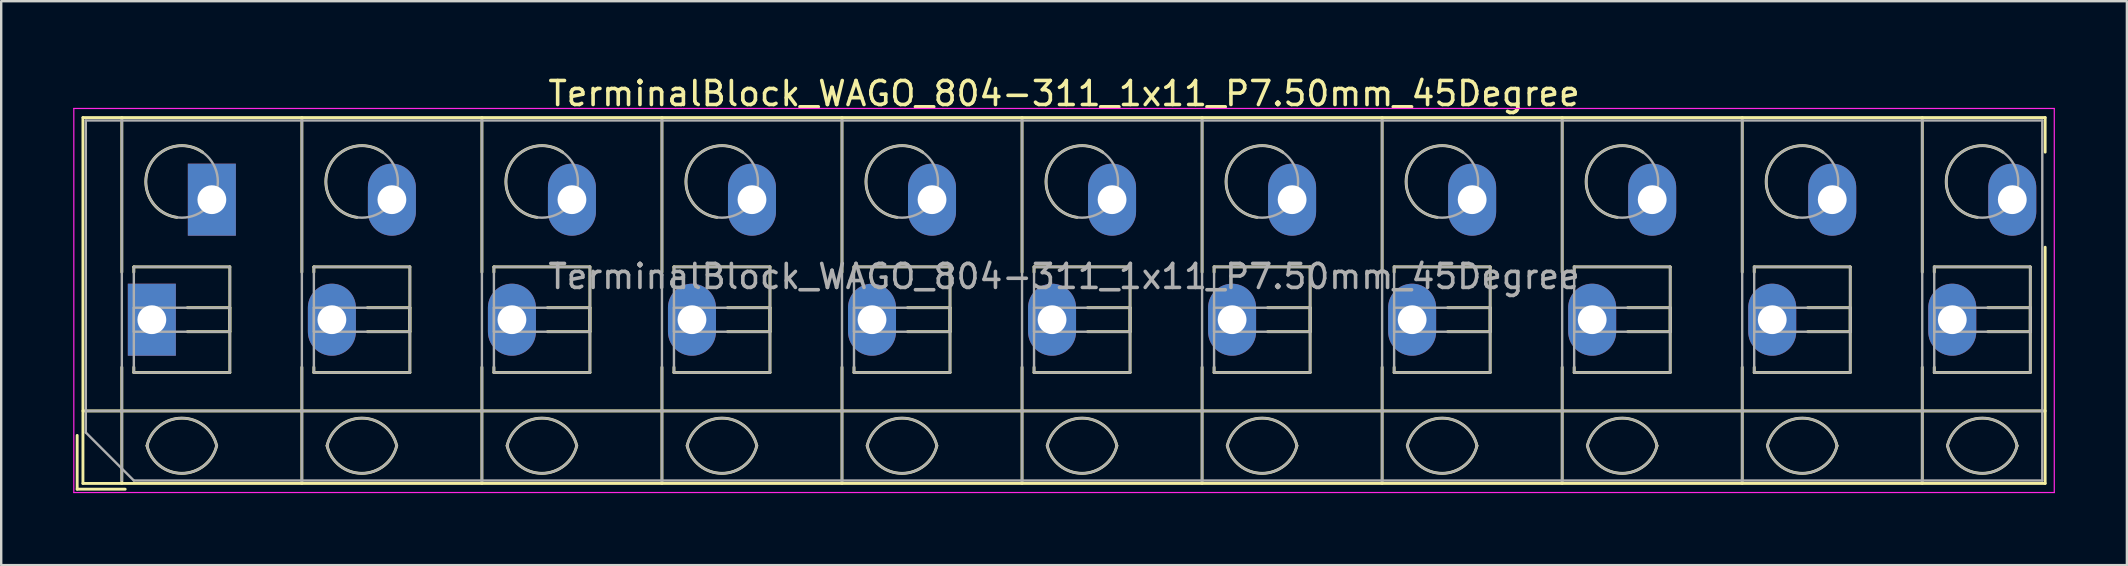
<source format=kicad_pcb>
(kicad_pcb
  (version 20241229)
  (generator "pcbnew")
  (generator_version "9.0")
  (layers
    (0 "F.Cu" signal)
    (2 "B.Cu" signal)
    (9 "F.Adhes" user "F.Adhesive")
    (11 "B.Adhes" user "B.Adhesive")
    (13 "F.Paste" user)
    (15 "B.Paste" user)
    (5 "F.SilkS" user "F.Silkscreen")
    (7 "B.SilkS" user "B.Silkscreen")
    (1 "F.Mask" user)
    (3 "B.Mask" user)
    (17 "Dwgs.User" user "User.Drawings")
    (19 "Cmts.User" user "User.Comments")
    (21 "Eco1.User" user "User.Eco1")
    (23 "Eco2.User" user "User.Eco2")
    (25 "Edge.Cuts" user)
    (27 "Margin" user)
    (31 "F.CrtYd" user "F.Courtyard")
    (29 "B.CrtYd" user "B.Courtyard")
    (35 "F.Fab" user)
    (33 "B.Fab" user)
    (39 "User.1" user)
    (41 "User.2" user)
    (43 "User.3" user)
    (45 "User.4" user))
  (footprint "TerminalBlock_WAGO_804-311_1x11_P7.50mm_45Degree"
    (layer "F.Cu")
    (at 3.275 10.268)
    (property "Reference" "TerminalBlock_WAGO_804-311_1x11_P7.50mm_45Degree" (at 38 -9.42 0) (layer "F.SilkS") (effects (font (size 1 1) (thickness 0.15))))
    (attr through_hole)
    (fp_line (start -3.11 4.82) (end -3.11 7.06) (stroke (width 0.12) (type solid)) (layer "F.SilkS"))
    (fp_line (start -3.11 7.06) (end -1.11 7.06) (stroke (width 0.12) (type solid)) (layer "F.SilkS"))
    (fp_line (start -2.87 -8.42) (end -2.87 6.82) (stroke (width 0.12) (type solid)) (layer "F.SilkS"))
    (fp_line (start -2.87 -8.42) (end 78.87 -8.42) (stroke (width 0.12) (type solid)) (layer "F.SilkS"))
    (fp_line (start -2.87 3.8) (end 78.87 3.8) (stroke (width 0.12) (type solid)) (layer "F.SilkS"))
    (fp_line (start -2.87 6.82) (end 78.87 6.82) (stroke (width 0.12) (type solid)) (layer "F.SilkS"))
    (fp_line (start -1.25 -8.42) (end -1.25 -1.98) (stroke (width 0.12) (type solid)) (layer "F.SilkS"))
    (fp_line (start -1.25 1.98) (end -1.25 6.82) (stroke (width 0.12) (type solid)) (layer "F.SilkS"))
    (fp_line (start -0.75 -2.2) (end -0.75 -1.98) (stroke (width 0.12) (type solid)) (layer "F.SilkS"))
    (fp_line (start -0.75 -2.2) (end 3.25 -2.2) (stroke (width 0.12) (type solid)) (layer "F.SilkS"))
    (fp_line (start -0.75 1.98) (end -0.75 2.2) (stroke (width 0.12) (type solid)) (layer "F.SilkS"))
    (fp_line (start -0.75 2.2) (end 3.25 2.2) (stroke (width 0.12) (type solid)) (layer "F.SilkS"))
    (fp_line (start 1.48 -0.5) (end 3.25 -0.5) (stroke (width 0.12) (type solid)) (layer "F.SilkS"))
    (fp_line (start 1.48 0.5) (end 3.25 0.5) (stroke (width 0.12) (type solid)) (layer "F.SilkS"))
    (fp_line (start 3.25 -2.2) (end 3.25 2.2) (stroke (width 0.12) (type solid)) (layer "F.SilkS"))
    (fp_line (start 3.25 -0.5) (end 3.25 0.5) (stroke (width 0.12) (type solid)) (layer "F.SilkS"))
    (fp_line (start 6.25 -8.42) (end 6.25 -1.98) (stroke (width 0.12) (type solid)) (layer "F.SilkS"))
    (fp_line (start 6.25 1.98) (end 6.25 6.82) (stroke (width 0.12) (type solid)) (layer "F.SilkS"))
    (fp_line (start 6.75 -2.2) (end 6.75 -1.98) (stroke (width 0.12) (type solid)) (layer "F.SilkS"))
    (fp_line (start 6.75 -2.2) (end 10.75 -2.2) (stroke (width 0.12) (type solid)) (layer "F.SilkS"))
    (fp_line (start 6.75 1.98) (end 6.75 2.2) (stroke (width 0.12) (type solid)) (layer "F.SilkS"))
    (fp_line (start 6.75 2.2) (end 10.75 2.2) (stroke (width 0.12) (type solid)) (layer "F.SilkS"))
    (fp_line (start 8.98 -0.5) (end 10.75 -0.5) (stroke (width 0.12) (type solid)) (layer "F.SilkS"))
    (fp_line (start 8.98 0.5) (end 10.75 0.5) (stroke (width 0.12) (type solid)) (layer "F.SilkS"))
    (fp_line (start 10.75 -2.2) (end 10.75 2.2) (stroke (width 0.12) (type solid)) (layer "F.SilkS"))
    (fp_line (start 10.75 -0.5) (end 10.75 0.5) (stroke (width 0.12) (type solid)) (layer "F.SilkS"))
    (fp_line (start 13.75 -8.42) (end 13.75 -1.98) (stroke (width 0.12) (type solid)) (layer "F.SilkS"))
    (fp_line (start 13.75 1.98) (end 13.75 6.82) (stroke (width 0.12) (type solid)) (layer "F.SilkS"))
    (fp_line (start 14.25 -2.2) (end 14.25 -1.98) (stroke (width 0.12) (type solid)) (layer "F.SilkS"))
    (fp_line (start 14.25 -2.2) (end 18.25 -2.2) (stroke (width 0.12) (type solid)) (layer "F.SilkS"))
    (fp_line (start 14.25 1.98) (end 14.25 2.2) (stroke (width 0.12) (type solid)) (layer "F.SilkS"))
    (fp_line (start 14.25 2.2) (end 18.25 2.2) (stroke (width 0.12) (type solid)) (layer "F.SilkS"))
    (fp_line (start 16.48 -0.5) (end 18.25 -0.5) (stroke (width 0.12) (type solid)) (layer "F.SilkS"))
    (fp_line (start 16.48 0.5) (end 18.25 0.5) (stroke (width 0.12) (type solid)) (layer "F.SilkS"))
    (fp_line (start 18.25 -2.2) (end 18.25 2.2) (stroke (width 0.12) (type solid)) (layer "F.SilkS"))
    (fp_line (start 18.25 -0.5) (end 18.25 0.5) (stroke (width 0.12) (type solid)) (layer "F.SilkS"))
    (fp_line (start 21.25 -8.42) (end 21.25 -1.98) (stroke (width 0.12) (type solid)) (layer "F.SilkS"))
    (fp_line (start 21.25 1.98) (end 21.25 6.82) (stroke (width 0.12) (type solid)) (layer "F.SilkS"))
    (fp_line (start 21.75 -2.2) (end 21.75 -1.98) (stroke (width 0.12) (type solid)) (layer "F.SilkS"))
    (fp_line (start 21.75 -2.2) (end 25.75 -2.2) (stroke (width 0.12) (type solid)) (layer "F.SilkS"))
    (fp_line (start 21.75 1.98) (end 21.75 2.2) (stroke (width 0.12) (type solid)) (layer "F.SilkS"))
    (fp_line (start 21.75 2.2) (end 25.75 2.2) (stroke (width 0.12) (type solid)) (layer "F.SilkS"))
    (fp_line (start 23.98 -0.5) (end 25.75 -0.5) (stroke (width 0.12) (type solid)) (layer "F.SilkS"))
    (fp_line (start 23.98 0.5) (end 25.75 0.5) (stroke (width 0.12) (type solid)) (layer "F.SilkS"))
    (fp_line (start 25.75 -2.2) (end 25.75 2.2) (stroke (width 0.12) (type solid)) (layer "F.SilkS"))
    (fp_line (start 25.75 -0.5) (end 25.75 0.5) (stroke (width 0.12) (type solid)) (layer "F.SilkS"))
    (fp_line (start 28.75 -8.42) (end 28.75 -1.98) (stroke (width 0.12) (type solid)) (layer "F.SilkS"))
    (fp_line (start 28.75 1.98) (end 28.75 6.82) (stroke (width 0.12) (type solid)) (layer "F.SilkS"))
    (fp_line (start 29.25 -2.2) (end 29.25 -1.98) (stroke (width 0.12) (type solid)) (layer "F.SilkS"))
    (fp_line (start 29.25 -2.2) (end 33.25 -2.2) (stroke (width 0.12) (type solid)) (layer "F.SilkS"))
    (fp_line (start 29.25 1.98) (end 29.25 2.2) (stroke (width 0.12) (type solid)) (layer "F.SilkS"))
    (fp_line (start 29.25 2.2) (end 33.25 2.2) (stroke (width 0.12) (type solid)) (layer "F.SilkS"))
    (fp_line (start 31.48 -0.5) (end 33.25 -0.5) (stroke (width 0.12) (type solid)) (layer "F.SilkS"))
    (fp_line (start 31.48 0.5) (end 33.25 0.5) (stroke (width 0.12) (type solid)) (layer "F.SilkS"))
    (fp_line (start 33.25 -2.2) (end 33.25 2.2) (stroke (width 0.12) (type solid)) (layer "F.SilkS"))
    (fp_line (start 33.25 -0.5) (end 33.25 0.5) (stroke (width 0.12) (type solid)) (layer "F.SilkS"))
    (fp_line (start 36.25 -8.42) (end 36.25 -1.98) (stroke (width 0.12) (type solid)) (layer "F.SilkS"))
    (fp_line (start 36.25 1.98) (end 36.25 6.82) (stroke (width 0.12) (type solid)) (layer "F.SilkS"))
    (fp_line (start 36.75 -2.2) (end 36.75 -1.98) (stroke (width 0.12) (type solid)) (layer "F.SilkS"))
    (fp_line (start 36.75 -2.2) (end 40.75 -2.2) (stroke (width 0.12) (type solid)) (layer "F.SilkS"))
    (fp_line (start 36.75 1.98) (end 36.75 2.2) (stroke (width 0.12) (type solid)) (layer "F.SilkS"))
    (fp_line (start 36.75 2.2) (end 40.75 2.2) (stroke (width 0.12) (type solid)) (layer "F.SilkS"))
    (fp_line (start 38.98 -0.5) (end 40.75 -0.5) (stroke (width 0.12) (type solid)) (layer "F.SilkS"))
    (fp_line (start 38.98 0.5) (end 40.75 0.5) (stroke (width 0.12) (type solid)) (layer "F.SilkS"))
    (fp_line (start 40.75 -2.2) (end 40.75 2.2) (stroke (width 0.12) (type solid)) (layer "F.SilkS"))
    (fp_line (start 40.75 -0.5) (end 40.75 0.5) (stroke (width 0.12) (type solid)) (layer "F.SilkS"))
    (fp_line (start 43.75 -8.42) (end 43.75 -1.98) (stroke (width 0.12) (type solid)) (layer "F.SilkS"))
    (fp_line (start 43.75 1.98) (end 43.75 6.82) (stroke (width 0.12) (type solid)) (layer "F.SilkS"))
    (fp_line (start 44.25 -2.2) (end 44.25 -1.98) (stroke (width 0.12) (type solid)) (layer "F.SilkS"))
    (fp_line (start 44.25 -2.2) (end 48.25 -2.2) (stroke (width 0.12) (type solid)) (layer "F.SilkS"))
    (fp_line (start 44.25 1.98) (end 44.25 2.2) (stroke (width 0.12) (type solid)) (layer "F.SilkS"))
    (fp_line (start 44.25 2.2) (end 48.25 2.2) (stroke (width 0.12) (type solid)) (layer "F.SilkS"))
    (fp_line (start 46.48 -0.5) (end 48.25 -0.5) (stroke (width 0.12) (type solid)) (layer "F.SilkS"))
    (fp_line (start 46.48 0.5) (end 48.25 0.5) (stroke (width 0.12) (type solid)) (layer "F.SilkS"))
    (fp_line (start 48.25 -2.2) (end 48.25 2.2) (stroke (width 0.12) (type solid)) (layer "F.SilkS"))
    (fp_line (start 48.25 -0.5) (end 48.25 0.5) (stroke (width 0.12) (type solid)) (layer "F.SilkS"))
    (fp_line (start 51.25 -8.42) (end 51.25 -1.98) (stroke (width 0.12) (type solid)) (layer "F.SilkS"))
    (fp_line (start 51.25 1.98) (end 51.25 6.82) (stroke (width 0.12) (type solid)) (layer "F.SilkS"))
    (fp_line (start 51.75 -2.2) (end 51.75 -1.98) (stroke (width 0.12) (type solid)) (layer "F.SilkS"))
    (fp_line (start 51.75 -2.2) (end 55.75 -2.2) (stroke (width 0.12) (type solid)) (layer "F.SilkS"))
    (fp_line (start 51.75 1.98) (end 51.75 2.2) (stroke (width 0.12) (type solid)) (layer "F.SilkS"))
    (fp_line (start 51.75 2.2) (end 55.75 2.2) (stroke (width 0.12) (type solid)) (layer "F.SilkS"))
    (fp_line (start 53.98 -0.5) (end 55.75 -0.5) (stroke (width 0.12) (type solid)) (layer "F.SilkS"))
    (fp_line (start 53.98 0.5) (end 55.75 0.5) (stroke (width 0.12) (type solid)) (layer "F.SilkS"))
    (fp_line (start 55.75 -2.2) (end 55.75 2.2) (stroke (width 0.12) (type solid)) (layer "F.SilkS"))
    (fp_line (start 55.75 -0.5) (end 55.75 0.5) (stroke (width 0.12) (type solid)) (layer "F.SilkS"))
    (fp_line (start 58.75 -8.42) (end 58.75 -1.98) (stroke (width 0.12) (type solid)) (layer "F.SilkS"))
    (fp_line (start 58.75 1.98) (end 58.75 6.82) (stroke (width 0.12) (type solid)) (layer "F.SilkS"))
    (fp_line (start 59.25 -2.2) (end 59.25 -1.98) (stroke (width 0.12) (type solid)) (layer "F.SilkS"))
    (fp_line (start 59.25 -2.2) (end 63.25 -2.2) (stroke (width 0.12) (type solid)) (layer "F.SilkS"))
    (fp_line (start 59.25 1.98) (end 59.25 2.2) (stroke (width 0.12) (type solid)) (layer "F.SilkS"))
    (fp_line (start 59.25 2.2) (end 63.25 2.2) (stroke (width 0.12) (type solid)) (layer "F.SilkS"))
    (fp_line (start 61.48 -0.5) (end 63.25 -0.5) (stroke (width 0.12) (type solid)) (layer "F.SilkS"))
    (fp_line (start 61.48 0.5) (end 63.25 0.5) (stroke (width 0.12) (type solid)) (layer "F.SilkS"))
    (fp_line (start 63.25 -2.2) (end 63.25 2.2) (stroke (width 0.12) (type solid)) (layer "F.SilkS"))
    (fp_line (start 63.25 -0.5) (end 63.25 0.5) (stroke (width 0.12) (type solid)) (layer "F.SilkS"))
    (fp_line (start 66.25 -8.42) (end 66.25 -1.98) (stroke (width 0.12) (type solid)) (layer "F.SilkS"))
    (fp_line (start 66.25 1.98) (end 66.25 6.82) (stroke (width 0.12) (type solid)) (layer "F.SilkS"))
    (fp_line (start 66.75 -2.2) (end 66.75 -1.98) (stroke (width 0.12) (type solid)) (layer "F.SilkS"))
    (fp_line (start 66.75 -2.2) (end 70.75 -2.2) (stroke (width 0.12) (type solid)) (layer "F.SilkS"))
    (fp_line (start 66.75 1.98) (end 66.75 2.2) (stroke (width 0.12) (type solid)) (layer "F.SilkS"))
    (fp_line (start 66.75 2.2) (end 70.75 2.2) (stroke (width 0.12) (type solid)) (layer "F.SilkS"))
    (fp_line (start 68.98 -0.5) (end 70.75 -0.5) (stroke (width 0.12) (type solid)) (layer "F.SilkS"))
    (fp_line (start 68.98 0.5) (end 70.75 0.5) (stroke (width 0.12) (type solid)) (layer "F.SilkS"))
    (fp_line (start 70.75 -2.2) (end 70.75 2.2) (stroke (width 0.12) (type solid)) (layer "F.SilkS"))
    (fp_line (start 70.75 -0.5) (end 70.75 0.5) (stroke (width 0.12) (type solid)) (layer "F.SilkS"))
    (fp_line (start 73.75 -8.42) (end 73.75 -1.98) (stroke (width 0.12) (type solid)) (layer "F.SilkS"))
    (fp_line (start 73.75 1.98) (end 73.75 6.82) (stroke (width 0.12) (type solid)) (layer "F.SilkS"))
    (fp_line (start 74.25 -2.2) (end 74.25 -1.98) (stroke (width 0.12) (type solid)) (layer "F.SilkS"))
    (fp_line (start 74.25 -2.2) (end 78.25 -2.2) (stroke (width 0.12) (type solid)) (layer "F.SilkS"))
    (fp_line (start 74.25 1.98) (end 74.25 2.2) (stroke (width 0.12) (type solid)) (layer "F.SilkS"))
    (fp_line (start 74.25 2.2) (end 78.25 2.2) (stroke (width 0.12) (type solid)) (layer "F.SilkS"))
    (fp_line (start 76.48 -0.5) (end 78.25 -0.5) (stroke (width 0.12) (type solid)) (layer "F.SilkS"))
    (fp_line (start 76.48 0.5) (end 78.25 0.5) (stroke (width 0.12) (type solid)) (layer "F.SilkS"))
    (fp_line (start 78.25 -2.2) (end 78.25 2.2) (stroke (width 0.12) (type solid)) (layer "F.SilkS"))
    (fp_line (start 78.25 -0.5) (end 78.25 0.5) (stroke (width 0.12) (type solid)) (layer "F.SilkS"))
    (fp_line (start 78.87 -8.42) (end 78.87 -6.98) (stroke (width 0.12) (type solid)) (layer "F.SilkS"))
    (fp_line (start 78.87 -3.02) (end 78.87 6.82) (stroke (width 0.12) (type solid)) (layer "F.SilkS"))
    (fp_arc (start -0.200865 5.250424) (mid 1.250296 4.099926) (end 2.701 5.251) (stroke (width 0.12) (type solid)) (layer "F.SilkS"))
    (fp_arc (start 1.040798 -4.264067) (mid -0.146039 -6.300306) (end 2.111 -6.979) (stroke (width 0.12) (type solid)) (layer "F.SilkS"))
    (fp_arc (start 2.7 5.25) (mid 1.250068 6.400101) (end -0.199969 5.250133) (stroke (width 0.12) (type solid)) (layer "F.SilkS"))
    (fp_arc (start 7.299135 5.250424) (mid 8.750296 4.099926) (end 10.201 5.251) (stroke (width 0.12) (type solid)) (layer "F.SilkS"))
    (fp_arc (start 8.540798 -4.264067) (mid 7.353961 -6.300306) (end 9.611 -6.979) (stroke (width 0.12) (type solid)) (layer "F.SilkS"))
    (fp_arc (start 10.2 5.25) (mid 8.750068 6.400101) (end 7.300031 5.250133) (stroke (width 0.12) (type solid)) (layer "F.SilkS"))
    (fp_arc (start 14.799135 5.250424) (mid 16.250296 4.099926) (end 17.701 5.251) (stroke (width 0.12) (type solid)) (layer "F.SilkS"))
    (fp_arc (start 16.040798 -4.264067) (mid 14.853961 -6.300306) (end 17.111 -6.979) (stroke (width 0.12) (type solid)) (layer "F.SilkS"))
    (fp_arc (start 17.7 5.25) (mid 16.250068 6.400101) (end 14.800031 5.250133) (stroke (width 0.12) (type solid)) (layer "F.SilkS"))
    (fp_arc (start 22.299135 5.250424) (mid 23.750296 4.099926) (end 25.201 5.251) (stroke (width 0.12) (type solid)) (layer "F.SilkS"))
    (fp_arc (start 23.540798 -4.264067) (mid 22.353961 -6.300306) (end 24.611 -6.979) (stroke (width 0.12) (type solid)) (layer "F.SilkS"))
    (fp_arc (start 25.2 5.25) (mid 23.750068 6.400101) (end 22.300031 5.250133) (stroke (width 0.12) (type solid)) (layer "F.SilkS"))
    (fp_arc (start 29.799135 5.250424) (mid 31.250296 4.099926) (end 32.701 5.251) (stroke (width 0.12) (type solid)) (layer "F.SilkS"))
    (fp_arc (start 31.040798 -4.264067) (mid 29.853961 -6.300306) (end 32.111 -6.979) (stroke (width 0.12) (type solid)) (layer "F.SilkS"))
    (fp_arc (start 32.701 5.25) (mid 31.250296 6.401074) (end 29.799135 5.250576) (stroke (width 0.12) (type solid)) (layer "F.SilkS"))
    (fp_arc (start 37.299135 5.250424) (mid 38.750296 4.099926) (end 40.201 5.251) (stroke (width 0.12) (type solid)) (layer "F.SilkS"))
    (fp_arc (start 38.540798 -4.264067) (mid 37.353961 -6.300306) (end 39.611 -6.979) (stroke (width 0.12) (type solid)) (layer "F.SilkS"))
    (fp_arc (start 40.2 5.25) (mid 38.750068 6.400101) (end 37.300031 5.250133) (stroke (width 0.12) (type solid)) (layer "F.SilkS"))
    (fp_arc (start 44.799135 5.250424) (mid 46.250296 4.099926) (end 47.701 5.251) (stroke (width 0.12) (type solid)) (layer "F.SilkS"))
    (fp_arc (start 46.040798 -4.264067) (mid 44.853961 -6.300306) (end 47.111 -6.979) (stroke (width 0.12) (type solid)) (layer "F.SilkS"))
    (fp_arc (start 47.7 5.25) (mid 46.250068 6.400101) (end 44.800031 5.250133) (stroke (width 0.12) (type solid)) (layer "F.SilkS"))
    (fp_arc (start 52.299135 5.250424) (mid 53.750296 4.099926) (end 55.201 5.251) (stroke (width 0.12) (type solid)) (layer "F.SilkS"))
    (fp_arc (start 53.540798 -4.264067) (mid 52.353961 -6.300306) (end 54.611 -6.979) (stroke (width 0.12) (type solid)) (layer "F.SilkS"))
    (fp_arc (start 55.2 5.25) (mid 53.750068 6.400101) (end 52.300031 5.250133) (stroke (width 0.12) (type solid)) (layer "F.SilkS"))
    (fp_arc (start 59.799135 5.250424) (mid 61.250296 4.099926) (end 62.701 5.251) (stroke (width 0.12) (type solid)) (layer "F.SilkS"))
    (fp_arc (start 61.040798 -4.264067) (mid 59.853961 -6.300306) (end 62.111 -6.979) (stroke (width 0.12) (type solid)) (layer "F.SilkS"))
    (fp_arc (start 62.7 5.25) (mid 61.250068 6.400101) (end 59.800031 5.250133) (stroke (width 0.12) (type solid)) (layer "F.SilkS"))
    (fp_arc (start 67.299135 5.250424) (mid 68.750296 4.099926) (end 70.201 5.251) (stroke (width 0.12) (type solid)) (layer "F.SilkS"))
    (fp_arc (start 68.540798 -4.264067) (mid 67.353961 -6.300306) (end 69.611 -6.979) (stroke (width 0.12) (type solid)) (layer "F.SilkS"))
    (fp_arc (start 70.2 5.25) (mid 68.750068 6.400101) (end 67.300031 5.250133) (stroke (width 0.12) (type solid)) (layer "F.SilkS"))
    (fp_arc (start 74.799135 5.250424) (mid 76.250296 4.099926) (end 77.701 5.251) (stroke (width 0.12) (type solid)) (layer "F.SilkS"))
    (fp_arc (start 76.040798 -4.264067) (mid 74.853961 -6.300306) (end 77.111 -6.979) (stroke (width 0.12) (type solid)) (layer "F.SilkS"))
    (fp_arc (start 77.7 5.25) (mid 76.250068 6.400101) (end 74.800031 5.250133) (stroke (width 0.12) (type solid)) (layer "F.SilkS"))
    (fp_line (start -3.25 -8.8) (end -3.25 7.2) (stroke (width 0.05) (type solid)) (layer "F.CrtYd"))
    (fp_line (start -3.25 7.2) (end 79.25 7.2) (stroke (width 0.05) (type solid)) (layer "F.CrtYd"))
    (fp_line (start 79.25 -8.8) (end -3.25 -8.8) (stroke (width 0.05) (type solid)) (layer "F.CrtYd"))
    (fp_line (start 79.25 7.2) (end 79.25 -8.8) (stroke (width 0.05) (type solid)) (layer "F.CrtYd"))
    (fp_line (start -2.75 -8.3) (end 78.75 -8.3) (stroke (width 0.1) (type solid)) (layer "F.Fab"))
    (fp_line (start -2.75 3.8) (end 78.75 3.8) (stroke (width 0.1) (type solid)) (layer "F.Fab"))
    (fp_line (start -2.75 4.7) (end -2.75 -8.3) (stroke (width 0.1) (type solid)) (layer "F.Fab"))
    (fp_line (start -1.25 -8.3) (end -1.25 6.7) (stroke (width 0.1) (type solid)) (layer "F.Fab"))
    (fp_line (start -0.75 -2.2) (end -0.75 2.2) (stroke (width 0.1) (type solid)) (layer "F.Fab"))
    (fp_line (start -0.75 -0.5) (end -0.75 0.5) (stroke (width 0.1) (type solid)) (layer "F.Fab"))
    (fp_line (start -0.75 0.5) (end 3.25 0.5) (stroke (width 0.1) (type solid)) (layer "F.Fab"))
    (fp_line (start -0.75 2.2) (end 3.25 2.2) (stroke (width 0.1) (type solid)) (layer "F.Fab"))
    (fp_line (start -0.75 6.7) (end -2.75 4.7) (stroke (width 0.1) (type solid)) (layer "F.Fab"))
    (fp_line (start 3.25 -2.2) (end -0.75 -2.2) (stroke (width 0.1) (type solid)) (layer "F.Fab"))
    (fp_line (start 3.25 -0.5) (end -0.75 -0.5) (stroke (width 0.1) (type solid)) (layer "F.Fab"))
    (fp_line (start 3.25 0.5) (end 3.25 -0.5) (stroke (width 0.1) (type solid)) (layer "F.Fab"))
    (fp_line (start 3.25 2.2) (end 3.25 -2.2) (stroke (width 0.1) (type solid)) (layer "F.Fab"))
    (fp_line (start 6.25 -8.3) (end 6.25 6.7) (stroke (width 0.1) (type solid)) (layer "F.Fab"))
    (fp_line (start 6.75 -2.2) (end 6.75 2.2) (stroke (width 0.1) (type solid)) (layer "F.Fab"))
    (fp_line (start 6.75 -0.5) (end 6.75 0.5) (stroke (width 0.1) (type solid)) (layer "F.Fab"))
    (fp_line (start 6.75 0.5) (end 10.75 0.5) (stroke (width 0.1) (type solid)) (layer "F.Fab"))
    (fp_line (start 6.75 2.2) (end 10.75 2.2) (stroke (width 0.1) (type solid)) (layer "F.Fab"))
    (fp_line (start 10.75 -2.2) (end 6.75 -2.2) (stroke (width 0.1) (type solid)) (layer "F.Fab"))
    (fp_line (start 10.75 -0.5) (end 6.75 -0.5) (stroke (width 0.1) (type solid)) (layer "F.Fab"))
    (fp_line (start 10.75 0.5) (end 10.75 -0.5) (stroke (width 0.1) (type solid)) (layer "F.Fab"))
    (fp_line (start 10.75 2.2) (end 10.75 -2.2) (stroke (width 0.1) (type solid)) (layer "F.Fab"))
    (fp_line (start 13.75 -8.3) (end 13.75 6.7) (stroke (width 0.1) (type solid)) (layer "F.Fab"))
    (fp_line (start 14.25 -2.2) (end 14.25 2.2) (stroke (width 0.1) (type solid)) (layer "F.Fab"))
    (fp_line (start 14.25 -0.5) (end 14.25 0.5) (stroke (width 0.1) (type solid)) (layer "F.Fab"))
    (fp_line (start 14.25 0.5) (end 18.25 0.5) (stroke (width 0.1) (type solid)) (layer "F.Fab"))
    (fp_line (start 14.25 2.2) (end 18.25 2.2) (stroke (width 0.1) (type solid)) (layer "F.Fab"))
    (fp_line (start 18.25 -2.2) (end 14.25 -2.2) (stroke (width 0.1) (type solid)) (layer "F.Fab"))
    (fp_line (start 18.25 -0.5) (end 14.25 -0.5) (stroke (width 0.1) (type solid)) (layer "F.Fab"))
    (fp_line (start 18.25 0.5) (end 18.25 -0.5) (stroke (width 0.1) (type solid)) (layer "F.Fab"))
    (fp_line (start 18.25 2.2) (end 18.25 -2.2) (stroke (width 0.1) (type solid)) (layer "F.Fab"))
    (fp_line (start 21.25 -8.3) (end 21.25 6.7) (stroke (width 0.1) (type solid)) (layer "F.Fab"))
    (fp_line (start 21.75 -2.2) (end 21.75 2.2) (stroke (width 0.1) (type solid)) (layer "F.Fab"))
    (fp_line (start 21.75 -0.5) (end 21.75 0.5) (stroke (width 0.1) (type solid)) (layer "F.Fab"))
    (fp_line (start 21.75 0.5) (end 25.75 0.5) (stroke (width 0.1) (type solid)) (layer "F.Fab"))
    (fp_line (start 21.75 2.2) (end 25.75 2.2) (stroke (width 0.1) (type solid)) (layer "F.Fab"))
    (fp_line (start 25.75 -2.2) (end 21.75 -2.2) (stroke (width 0.1) (type solid)) (layer "F.Fab"))
    (fp_line (start 25.75 -0.5) (end 21.75 -0.5) (stroke (width 0.1) (type solid)) (layer "F.Fab"))
    (fp_line (start 25.75 0.5) (end 25.75 -0.5) (stroke (width 0.1) (type solid)) (layer "F.Fab"))
    (fp_line (start 25.75 2.2) (end 25.75 -2.2) (stroke (width 0.1) (type solid)) (layer "F.Fab"))
    (fp_line (start 28.75 -8.3) (end 28.75 6.7) (stroke (width 0.1) (type solid)) (layer "F.Fab"))
    (fp_line (start 29.25 -2.2) (end 29.25 2.2) (stroke (width 0.1) (type solid)) (layer "F.Fab"))
    (fp_line (start 29.25 -0.5) (end 29.25 0.5) (stroke (width 0.1) (type solid)) (layer "F.Fab"))
    (fp_line (start 29.25 0.5) (end 33.25 0.5) (stroke (width 0.1) (type solid)) (layer "F.Fab"))
    (fp_line (start 29.25 2.2) (end 33.25 2.2) (stroke (width 0.1) (type solid)) (layer "F.Fab"))
    (fp_line (start 33.25 -2.2) (end 29.25 -2.2) (stroke (width 0.1) (type solid)) (layer "F.Fab"))
    (fp_line (start 33.25 -0.5) (end 29.25 -0.5) (stroke (width 0.1) (type solid)) (layer "F.Fab"))
    (fp_line (start 33.25 0.5) (end 33.25 -0.5) (stroke (width 0.1) (type solid)) (layer "F.Fab"))
    (fp_line (start 33.25 2.2) (end 33.25 -2.2) (stroke (width 0.1) (type solid)) (layer "F.Fab"))
    (fp_line (start 36.25 -8.3) (end 36.25 6.7) (stroke (width 0.1) (type solid)) (layer "F.Fab"))
    (fp_line (start 36.75 -2.2) (end 36.75 2.2) (stroke (width 0.1) (type solid)) (layer "F.Fab"))
    (fp_line (start 36.75 -0.5) (end 36.75 0.5) (stroke (width 0.1) (type solid)) (layer "F.Fab"))
    (fp_line (start 36.75 0.5) (end 40.75 0.5) (stroke (width 0.1) (type solid)) (layer "F.Fab"))
    (fp_line (start 36.75 2.2) (end 40.75 2.2) (stroke (width 0.1) (type solid)) (layer "F.Fab"))
    (fp_line (start 40.75 -2.2) (end 36.75 -2.2) (stroke (width 0.1) (type solid)) (layer "F.Fab"))
    (fp_line (start 40.75 -0.5) (end 36.75 -0.5) (stroke (width 0.1) (type solid)) (layer "F.Fab"))
    (fp_line (start 40.75 0.5) (end 40.75 -0.5) (stroke (width 0.1) (type solid)) (layer "F.Fab"))
    (fp_line (start 40.75 2.2) (end 40.75 -2.2) (stroke (width 0.1) (type solid)) (layer "F.Fab"))
    (fp_line (start 43.75 -8.3) (end 43.75 6.7) (stroke (width 0.1) (type solid)) (layer "F.Fab"))
    (fp_line (start 44.25 -2.2) (end 44.25 2.2) (stroke (width 0.1) (type solid)) (layer "F.Fab"))
    (fp_line (start 44.25 -0.5) (end 44.25 0.5) (stroke (width 0.1) (type solid)) (layer "F.Fab"))
    (fp_line (start 44.25 0.5) (end 48.25 0.5) (stroke (width 0.1) (type solid)) (layer "F.Fab"))
    (fp_line (start 44.25 2.2) (end 48.25 2.2) (stroke (width 0.1) (type solid)) (layer "F.Fab"))
    (fp_line (start 48.25 -2.2) (end 44.25 -2.2) (stroke (width 0.1) (type solid)) (layer "F.Fab"))
    (fp_line (start 48.25 -0.5) (end 44.25 -0.5) (stroke (width 0.1) (type solid)) (layer "F.Fab"))
    (fp_line (start 48.25 0.5) (end 48.25 -0.5) (stroke (width 0.1) (type solid)) (layer "F.Fab"))
    (fp_line (start 48.25 2.2) (end 48.25 -2.2) (stroke (width 0.1) (type solid)) (layer "F.Fab"))
    (fp_line (start 51.25 -8.3) (end 51.25 6.7) (stroke (width 0.1) (type solid)) (layer "F.Fab"))
    (fp_line (start 51.75 -2.2) (end 51.75 2.2) (stroke (width 0.1) (type solid)) (layer "F.Fab"))
    (fp_line (start 51.75 -0.5) (end 51.75 0.5) (stroke (width 0.1) (type solid)) (layer "F.Fab"))
    (fp_line (start 51.75 0.5) (end 55.75 0.5) (stroke (width 0.1) (type solid)) (layer "F.Fab"))
    (fp_line (start 51.75 2.2) (end 55.75 2.2) (stroke (width 0.1) (type solid)) (layer "F.Fab"))
    (fp_line (start 55.75 -2.2) (end 51.75 -2.2) (stroke (width 0.1) (type solid)) (layer "F.Fab"))
    (fp_line (start 55.75 -0.5) (end 51.75 -0.5) (stroke (width 0.1) (type solid)) (layer "F.Fab"))
    (fp_line (start 55.75 0.5) (end 55.75 -0.5) (stroke (width 0.1) (type solid)) (layer "F.Fab"))
    (fp_line (start 55.75 2.2) (end 55.75 -2.2) (stroke (width 0.1) (type solid)) (layer "F.Fab"))
    (fp_line (start 58.75 -8.3) (end 58.75 6.7) (stroke (width 0.1) (type solid)) (layer "F.Fab"))
    (fp_line (start 59.25 -2.2) (end 59.25 2.2) (stroke (width 0.1) (type solid)) (layer "F.Fab"))
    (fp_line (start 59.25 -0.5) (end 59.25 0.5) (stroke (width 0.1) (type solid)) (layer "F.Fab"))
    (fp_line (start 59.25 0.5) (end 63.25 0.5) (stroke (width 0.1) (type solid)) (layer "F.Fab"))
    (fp_line (start 59.25 2.2) (end 63.25 2.2) (stroke (width 0.1) (type solid)) (layer "F.Fab"))
    (fp_line (start 63.25 -2.2) (end 59.25 -2.2) (stroke (width 0.1) (type solid)) (layer "F.Fab"))
    (fp_line (start 63.25 -0.5) (end 59.25 -0.5) (stroke (width 0.1) (type solid)) (layer "F.Fab"))
    (fp_line (start 63.25 0.5) (end 63.25 -0.5) (stroke (width 0.1) (type solid)) (layer "F.Fab"))
    (fp_line (start 63.25 2.2) (end 63.25 -2.2) (stroke (width 0.1) (type solid)) (layer "F.Fab"))
    (fp_line (start 66.25 -8.3) (end 66.25 6.7) (stroke (width 0.1) (type solid)) (layer "F.Fab"))
    (fp_line (start 66.75 -2.2) (end 66.75 2.2) (stroke (width 0.1) (type solid)) (layer "F.Fab"))
    (fp_line (start 66.75 -0.5) (end 66.75 0.5) (stroke (width 0.1) (type solid)) (layer "F.Fab"))
    (fp_line (start 66.75 0.5) (end 70.75 0.5) (stroke (width 0.1) (type solid)) (layer "F.Fab"))
    (fp_line (start 66.75 2.2) (end 70.75 2.2) (stroke (width 0.1) (type solid)) (layer "F.Fab"))
    (fp_line (start 70.75 -2.2) (end 66.75 -2.2) (stroke (width 0.1) (type solid)) (layer "F.Fab"))
    (fp_line (start 70.75 -0.5) (end 66.75 -0.5) (stroke (width 0.1) (type solid)) (layer "F.Fab"))
    (fp_line (start 70.75 0.5) (end 70.75 -0.5) (stroke (width 0.1) (type solid)) (layer "F.Fab"))
    (fp_line (start 70.75 2.2) (end 70.75 -2.2) (stroke (width 0.1) (type solid)) (layer "F.Fab"))
    (fp_line (start 73.75 -8.3) (end 73.75 6.7) (stroke (width 0.1) (type solid)) (layer "F.Fab"))
    (fp_line (start 74.25 -2.2) (end 74.25 2.2) (stroke (width 0.1) (type solid)) (layer "F.Fab"))
    (fp_line (start 74.25 -0.5) (end 74.25 0.5) (stroke (width 0.1) (type solid)) (layer "F.Fab"))
    (fp_line (start 74.25 0.5) (end 78.25 0.5) (stroke (width 0.1) (type solid)) (layer "F.Fab"))
    (fp_line (start 74.25 2.2) (end 78.25 2.2) (stroke (width 0.1) (type solid)) (layer "F.Fab"))
    (fp_line (start 78.25 -2.2) (end 74.25 -2.2) (stroke (width 0.1) (type solid)) (layer "F.Fab"))
    (fp_line (start 78.25 -0.5) (end 74.25 -0.5) (stroke (width 0.1) (type solid)) (layer "F.Fab"))
    (fp_line (start 78.25 0.5) (end 78.25 -0.5) (stroke (width 0.1) (type solid)) (layer "F.Fab"))
    (fp_line (start 78.25 2.2) (end 78.25 -2.2) (stroke (width 0.1) (type solid)) (layer "F.Fab"))
    (fp_line (start 78.75 -8.3) (end 78.75 6.7) (stroke (width 0.1) (type solid)) (layer "F.Fab"))
    (fp_line (start 78.75 6.7) (end -0.75 6.7) (stroke (width 0.1) (type solid)) (layer "F.Fab"))
    (fp_arc (start -0.200865 5.250424) (mid 1.250296 4.099926) (end 2.701 5.251) (stroke (width 0.1) (type solid)) (layer "F.Fab"))
    (fp_arc (start 2.7 5.25) (mid 1.250068 6.400101) (end -0.199969 5.250133) (stroke (width 0.1) (type solid)) (layer "F.Fab"))
    (fp_arc (start 7.299135 5.250424) (mid 8.750296 4.099926) (end 10.201 5.251) (stroke (width 0.1) (type solid)) (layer "F.Fab"))
    (fp_arc (start 10.2 5.25) (mid 8.750068 6.400101) (end 7.300031 5.250133) (stroke (width 0.1) (type solid)) (layer "F.Fab"))
    (fp_arc (start 14.799135 5.250424) (mid 16.250296 4.099926) (end 17.701 5.251) (stroke (width 0.1) (type solid)) (layer "F.Fab"))
    (fp_arc (start 17.7 5.25) (mid 16.250068 6.400101) (end 14.800031 5.250133) (stroke (width 0.1) (type solid)) (layer "F.Fab"))
    (fp_arc (start 22.299135 5.250424) (mid 23.750296 4.099926) (end 25.201 5.251) (stroke (width 0.1) (type solid)) (layer "F.Fab"))
    (fp_arc (start 25.2 5.25) (mid 23.750068 6.400101) (end 22.300031 5.250133) (stroke (width 0.1) (type solid)) (layer "F.Fab"))
    (fp_arc (start 29.799135 5.250424) (mid 31.250296 4.099926) (end 32.701 5.251) (stroke (width 0.1) (type solid)) (layer "F.Fab"))
    (fp_arc (start 32.701 5.25) (mid 31.250296 6.401074) (end 29.799135 5.250576) (stroke (width 0.1) (type solid)) (layer "F.Fab"))
    (fp_arc (start 37.299135 5.250424) (mid 38.750296 4.099926) (end 40.201 5.251) (stroke (width 0.1) (type solid)) (layer "F.Fab"))
    (fp_arc (start 40.2 5.25) (mid 38.750068 6.400101) (end 37.300031 5.250133) (stroke (width 0.1) (type solid)) (layer "F.Fab"))
    (fp_arc (start 44.799135 5.250424) (mid 46.250296 4.099926) (end 47.701 5.251) (stroke (width 0.1) (type solid)) (layer "F.Fab"))
    (fp_arc (start 47.7 5.25) (mid 46.250068 6.400101) (end 44.800031 5.250133) (stroke (width 0.1) (type solid)) (layer "F.Fab"))
    (fp_arc (start 52.299135 5.250424) (mid 53.750296 4.099926) (end 55.201 5.251) (stroke (width 0.1) (type solid)) (layer "F.Fab"))
    (fp_arc (start 55.2 5.25) (mid 53.750068 6.400101) (end 52.300031 5.250133) (stroke (width 0.1) (type solid)) (layer "F.Fab"))
    (fp_arc (start 59.799135 5.250424) (mid 61.250296 4.099926) (end 62.701 5.251) (stroke (width 0.1) (type solid)) (layer "F.Fab"))
    (fp_arc (start 62.7 5.25) (mid 61.250068 6.400101) (end 59.800031 5.250133) (stroke (width 0.1) (type solid)) (layer "F.Fab"))
    (fp_arc (start 67.299135 5.250424) (mid 68.750296 4.099926) (end 70.201 5.251) (stroke (width 0.1) (type solid)) (layer "F.Fab"))
    (fp_arc (start 70.2 5.25) (mid 68.750068 6.400101) (end 67.300031 5.250133) (stroke (width 0.1) (type solid)) (layer "F.Fab"))
    (fp_arc (start 74.799135 5.250424) (mid 76.250296 4.099926) (end 77.701 5.251) (stroke (width 0.1) (type solid)) (layer "F.Fab"))
    (fp_arc (start 77.7 5.25) (mid 76.250068 6.400101) (end 74.800031 5.250133) (stroke (width 0.1) (type solid)) (layer "F.Fab"))
    (fp_circle (center 1.25 -5.75) (end 2.75 -5.75) (stroke (width 0.1) (type solid)) (fill no) (layer "F.Fab"))
    (fp_circle (center 8.75 -5.75) (end 10.25 -5.75) (stroke (width 0.1) (type solid)) (fill no) (layer "F.Fab"))
    (fp_circle (center 16.25 -5.75) (end 17.75 -5.75) (stroke (width 0.1) (type solid)) (fill no) (layer "F.Fab"))
    (fp_circle (center 23.75 -5.75) (end 25.25 -5.75) (stroke (width 0.1) (type solid)) (fill no) (layer "F.Fab"))
    (fp_circle (center 31.25 -5.75) (end 32.75 -5.75) (stroke (width 0.1) (type solid)) (fill no) (layer "F.Fab"))
    (fp_circle (center 38.75 -5.75) (end 40.25 -5.75) (stroke (width 0.1) (type solid)) (fill no) (layer "F.Fab"))
    (fp_circle (center 46.25 -5.75) (end 47.75 -5.75) (stroke (width 0.1) (type solid)) (fill no) (layer "F.Fab"))
    (fp_circle (center 53.75 -5.75) (end 55.25 -5.75) (stroke (width 0.1) (type solid)) (fill no) (layer "F.Fab"))
    (fp_circle (center 61.25 -5.75) (end 62.75 -5.75) (stroke (width 0.1) (type solid)) (fill no) (layer "F.Fab"))
    (fp_circle (center 68.75 -5.75) (end 70.25 -5.75) (stroke (width 0.1) (type solid)) (fill no) (layer "F.Fab"))
    (fp_circle (center 76.25 -5.75) (end 77.75 -5.75) (stroke (width 0.1) (type solid)) (fill no) (layer "F.Fab"))
    (fp_text user "${REFERENCE}" (at 38 -1.8 0) (layer "F.Fab") (effects (font (size 1 1) (thickness 0.15))))
    (pad "1" thru_hole rect (at 0 0) (size 2 3) (drill 1.2) (layers "*.Cu" "*.Mask"))
    (pad "1" thru_hole rect (at 2.5 -5) (size 2 3) (drill 1.2) (layers "*.Cu" "*.Mask"))
    (pad "2" thru_hole oval (at 7.5 0) (size 2 3) (drill 1.2) (layers "*.Cu" "*.Mask"))
    (pad "2" thru_hole oval (at 10 -5) (size 2 3) (drill 1.2) (layers "*.Cu" "*.Mask"))
    (pad "3" thru_hole oval (at 15 0) (size 2 3) (drill 1.2) (layers "*.Cu" "*.Mask"))
    (pad "3" thru_hole oval (at 17.5 -5) (size 2 3) (drill 1.2) (layers "*.Cu" "*.Mask"))
    (pad "4" thru_hole oval (at 22.5 0) (size 2 3) (drill 1.2) (layers "*.Cu" "*.Mask"))
    (pad "4" thru_hole oval (at 25 -5) (size 2 3) (drill 1.2) (layers "*.Cu" "*.Mask"))
    (pad "5" thru_hole oval (at 30 0) (size 2 3) (drill 1.2) (layers "*.Cu" "*.Mask"))
    (pad "5" thru_hole oval (at 32.5 -5) (size 2 3) (drill 1.2) (layers "*.Cu" "*.Mask"))
    (pad "6" thru_hole oval (at 37.5 0) (size 2 3) (drill 1.2) (layers "*.Cu" "*.Mask"))
    (pad "6" thru_hole oval (at 40 -5) (size 2 3) (drill 1.2) (layers "*.Cu" "*.Mask"))
    (pad "7" thru_hole oval (at 45 0) (size 2 3) (drill 1.2) (layers "*.Cu" "*.Mask"))
    (pad "7" thru_hole oval (at 47.5 -5) (size 2 3) (drill 1.2) (layers "*.Cu" "*.Mask"))
    (pad "8" thru_hole oval (at 52.5 0) (size 2 3) (drill 1.2) (layers "*.Cu" "*.Mask"))
    (pad "8" thru_hole oval (at 55 -5) (size 2 3) (drill 1.2) (layers "*.Cu" "*.Mask"))
    (pad "9" thru_hole oval (at 60 0) (size 2 3) (drill 1.2) (layers "*.Cu" "*.Mask"))
    (pad "9" thru_hole oval (at 62.5 -5) (size 2 3) (drill 1.2) (layers "*.Cu" "*.Mask"))
    (pad "10" thru_hole oval (at 67.5 0) (size 2 3) (drill 1.2) (layers "*.Cu" "*.Mask"))
    (pad "10" thru_hole oval (at 70 -5) (size 2 3) (drill 1.2) (layers "*.Cu" "*.Mask"))
    (pad "11" thru_hole oval (at 75 0) (size 2 3) (drill 1.2) (layers "*.Cu" "*.Mask"))
    (pad "11" thru_hole oval (at 77.5 -5) (size 2 3) (drill 1.2) (layers "*.Cu" "*.Mask")))
  (gr_rect
    (start -3 -3)
    (end 85.55 20.493)
    (stroke (width 0.1) (type default))
    (fill no)
    (layer "Edge.Cuts")))
</source>
